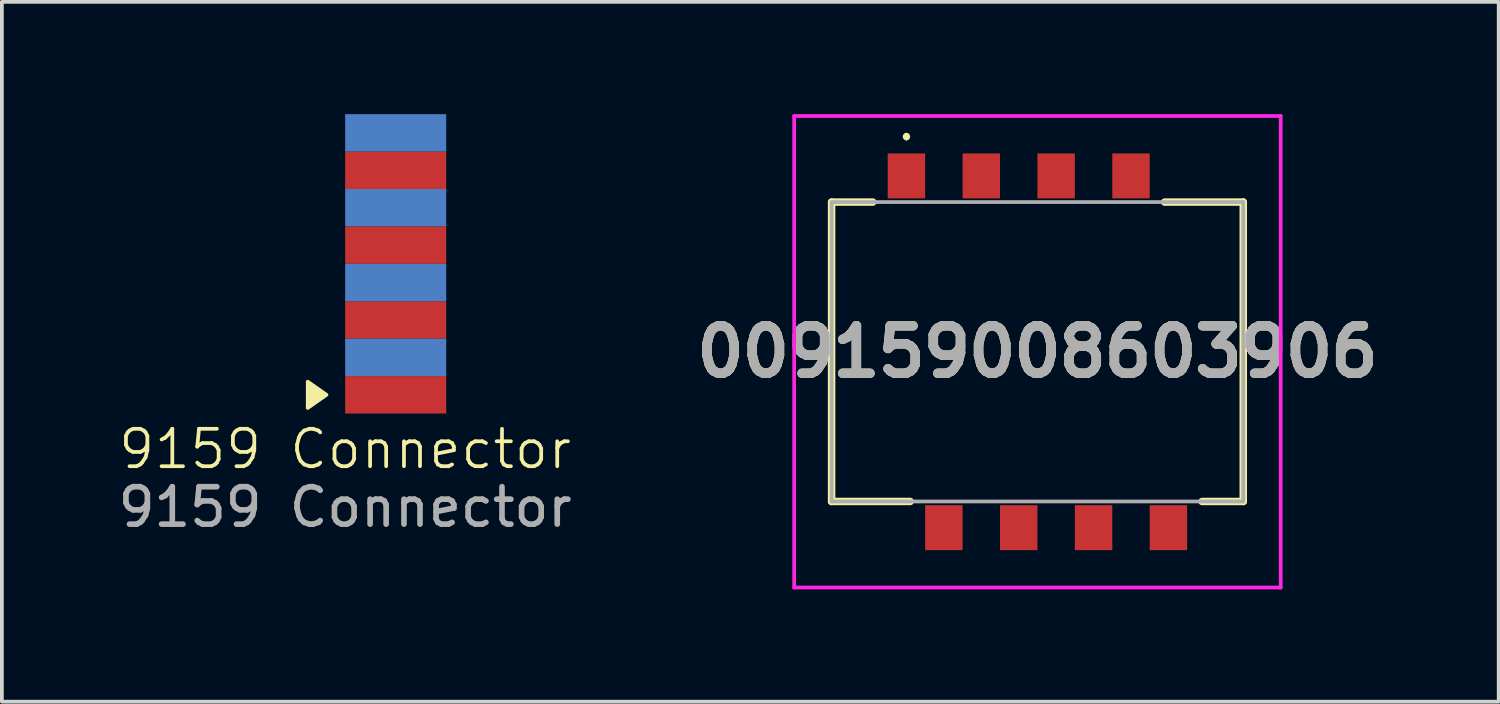
<source format=kicad_pcb>
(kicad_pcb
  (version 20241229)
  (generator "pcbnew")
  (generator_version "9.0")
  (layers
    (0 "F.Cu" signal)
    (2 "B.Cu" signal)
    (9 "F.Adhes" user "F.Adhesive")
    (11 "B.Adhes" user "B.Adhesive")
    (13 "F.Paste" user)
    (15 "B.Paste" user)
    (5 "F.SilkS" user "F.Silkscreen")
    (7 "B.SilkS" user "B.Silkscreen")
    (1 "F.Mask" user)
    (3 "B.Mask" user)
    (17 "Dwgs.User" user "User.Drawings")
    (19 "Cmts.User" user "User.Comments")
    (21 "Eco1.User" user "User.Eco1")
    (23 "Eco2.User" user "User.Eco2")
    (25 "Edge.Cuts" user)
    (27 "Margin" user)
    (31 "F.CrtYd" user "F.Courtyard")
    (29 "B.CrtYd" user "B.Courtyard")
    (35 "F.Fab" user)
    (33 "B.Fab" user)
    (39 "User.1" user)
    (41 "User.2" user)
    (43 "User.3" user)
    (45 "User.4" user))
  (footprint "9159 Connector"
    (layer "F.Cu")
    (at 6.173 8)
    (property "Reference" "9159 Connector" (at 0 0.95 0) (unlocked yes) (layer "F.SilkS") (effects (font (size 1 1) (thickness 0.1))))
    (fp_poly (pts (xy -0.5 -0.5) (xy -1 -0.85) (xy -1 -0.15)) (stroke (width 0.1) (type solid)) (fill yes) (layer "F.SilkS"))
    (fp_text user "${REFERENCE}" (at 0 2.5 0) (unlocked yes) (layer "F.Fab") (effects (font (size 1 1) (thickness 0.15))))
    (pad "1" smd rect (at 1.35 -0.5) (size 2.7 1) (layers "F.Cu" "F.Mask" "F.Paste"))
    (pad "2" smd rect (at 1.35 -1.5) (size 2.7 1) (layers "B.Cu" "B.Mask" "B.Paste"))
    (pad "3" smd rect (at 1.35 -2.5) (size 2.7 1) (layers "F.Cu" "F.Mask" "F.Paste"))
    (pad "4" smd rect (at 1.35 -3.5) (size 2.7 1) (layers "B.Cu" "B.Mask" "B.Paste"))
    (pad "5" smd rect (at 1.35 -4.5) (size 2.7 1) (layers "F.Cu" "F.Mask" "F.Paste"))
    (pad "6" smd rect (at 1.35 -5.5) (size 2.7 1) (layers "B.Cu" "B.Mask" "B.Paste"))
    (pad "7" smd rect (at 1.35 -6.5) (size 2.7 1) (layers "F.Cu" "F.Mask" "F.Paste"))
    (pad "8" smd rect (at 1.35 -7.5) (size 2.7 1) (layers "B.Cu" "B.Mask" "B.Paste")))
  (footprint "009159008603906"
    (layer "F.Cu")
    (at 24.671 6.35)
    (property "Reference" "009159008603906" (at 0 0 0) (layer "F.SilkS") (effects (font (size 1.27 1.27) (thickness 0.254))))
    (attr smd)
    (fp_line (start -5.5 -4) (end -5.5 4) (stroke (width 0.2) (type solid)) (layer "F.SilkS"))
    (fp_line (start -5.5 4) (end -3.4 4) (stroke (width 0.2) (type solid)) (layer "F.SilkS"))
    (fp_line (start -4.4 -4) (end -5.5 -4) (stroke (width 0.2) (type solid)) (layer "F.SilkS"))
    (fp_line (start -3.5 -5.8) (end -3.5 -5.8) (stroke (width 0.1) (type solid)) (layer "F.SilkS"))
    (fp_line (start -3.5 -5.7) (end -3.5 -5.7) (stroke (width 0.1) (type solid)) (layer "F.SilkS"))
    (fp_line (start 4.4 4) (end 5.5 4) (stroke (width 0.2) (type solid)) (layer "F.SilkS"))
    (fp_line (start 5.5 -4) (end 3.4 -4) (stroke (width 0.2) (type solid)) (layer "F.SilkS"))
    (fp_line (start 5.5 4) (end 5.5 -4) (stroke (width 0.2) (type solid)) (layer "F.SilkS"))
    (fp_arc (start -3.5 -5.8) (mid -3.45 -5.75) (end -3.5 -5.7) (stroke (width 0.1) (type solid)) (layer "F.SilkS"))
    (fp_arc (start -3.5 -5.7) (mid -3.55 -5.75) (end -3.5 -5.8) (stroke (width 0.1) (type solid)) (layer "F.SilkS"))
    (fp_line (start -6.5 -6.3) (end 6.5 -6.3) (stroke (width 0.1) (type solid)) (layer "F.CrtYd"))
    (fp_line (start -6.5 6.3) (end -6.5 -6.3) (stroke (width 0.1) (type solid)) (layer "F.CrtYd"))
    (fp_line (start 6.5 -6.3) (end 6.5 6.3) (stroke (width 0.1) (type solid)) (layer "F.CrtYd"))
    (fp_line (start 6.5 6.3) (end -6.5 6.3) (stroke (width 0.1) (type solid)) (layer "F.CrtYd"))
    (fp_line (start -5.5 -4) (end 5.5 -4) (stroke (width 0.1) (type solid)) (layer "F.Fab"))
    (fp_line (start -5.5 4) (end -5.5 -4) (stroke (width 0.1) (type solid)) (layer "F.Fab"))
    (fp_line (start 5.5 -4) (end 5.5 4) (stroke (width 0.1) (type solid)) (layer "F.Fab"))
    (fp_line (start 5.5 4) (end -5.5 4) (stroke (width 0.1) (type solid)) (layer "F.Fab"))
    (fp_text user "${REFERENCE}" (at 0 0 0) (layer "F.Fab") (effects (font (size 1.27 1.27) (thickness 0.254))))
    (pad "1" smd rect (at -3.5 -4.7) (size 1 1.2) (layers "F.Cu" "F.Mask" "F.Paste"))
    (pad "2" smd rect (at -2.5 4.7) (size 1 1.2) (layers "F.Cu" "F.Mask" "F.Paste"))
    (pad "3" smd rect (at -1.5 -4.7) (size 1 1.2) (layers "F.Cu" "F.Mask" "F.Paste"))
    (pad "4" smd rect (at -0.5 4.7) (size 1 1.2) (layers "F.Cu" "F.Mask" "F.Paste"))
    (pad "5" smd rect (at 0.5 -4.7) (size 1 1.2) (layers "F.Cu" "F.Mask" "F.Paste"))
    (pad "6" smd rect (at 1.5 4.7) (size 1 1.2) (layers "F.Cu" "F.Mask" "F.Paste"))
    (pad "7" smd rect (at 2.5 -4.7) (size 1 1.2) (layers "F.Cu" "F.Mask" "F.Paste"))
    (pad "8" smd rect (at 3.5 4.7) (size 1 1.2) (layers "F.Cu" "F.Mask" "F.Paste")))
  (gr_rect
    (start -3 -3)
    (end 36.996 15.7)
    (stroke (width 0.1) (type default))
    (fill no)
    (layer "Edge.Cuts")))
</source>
